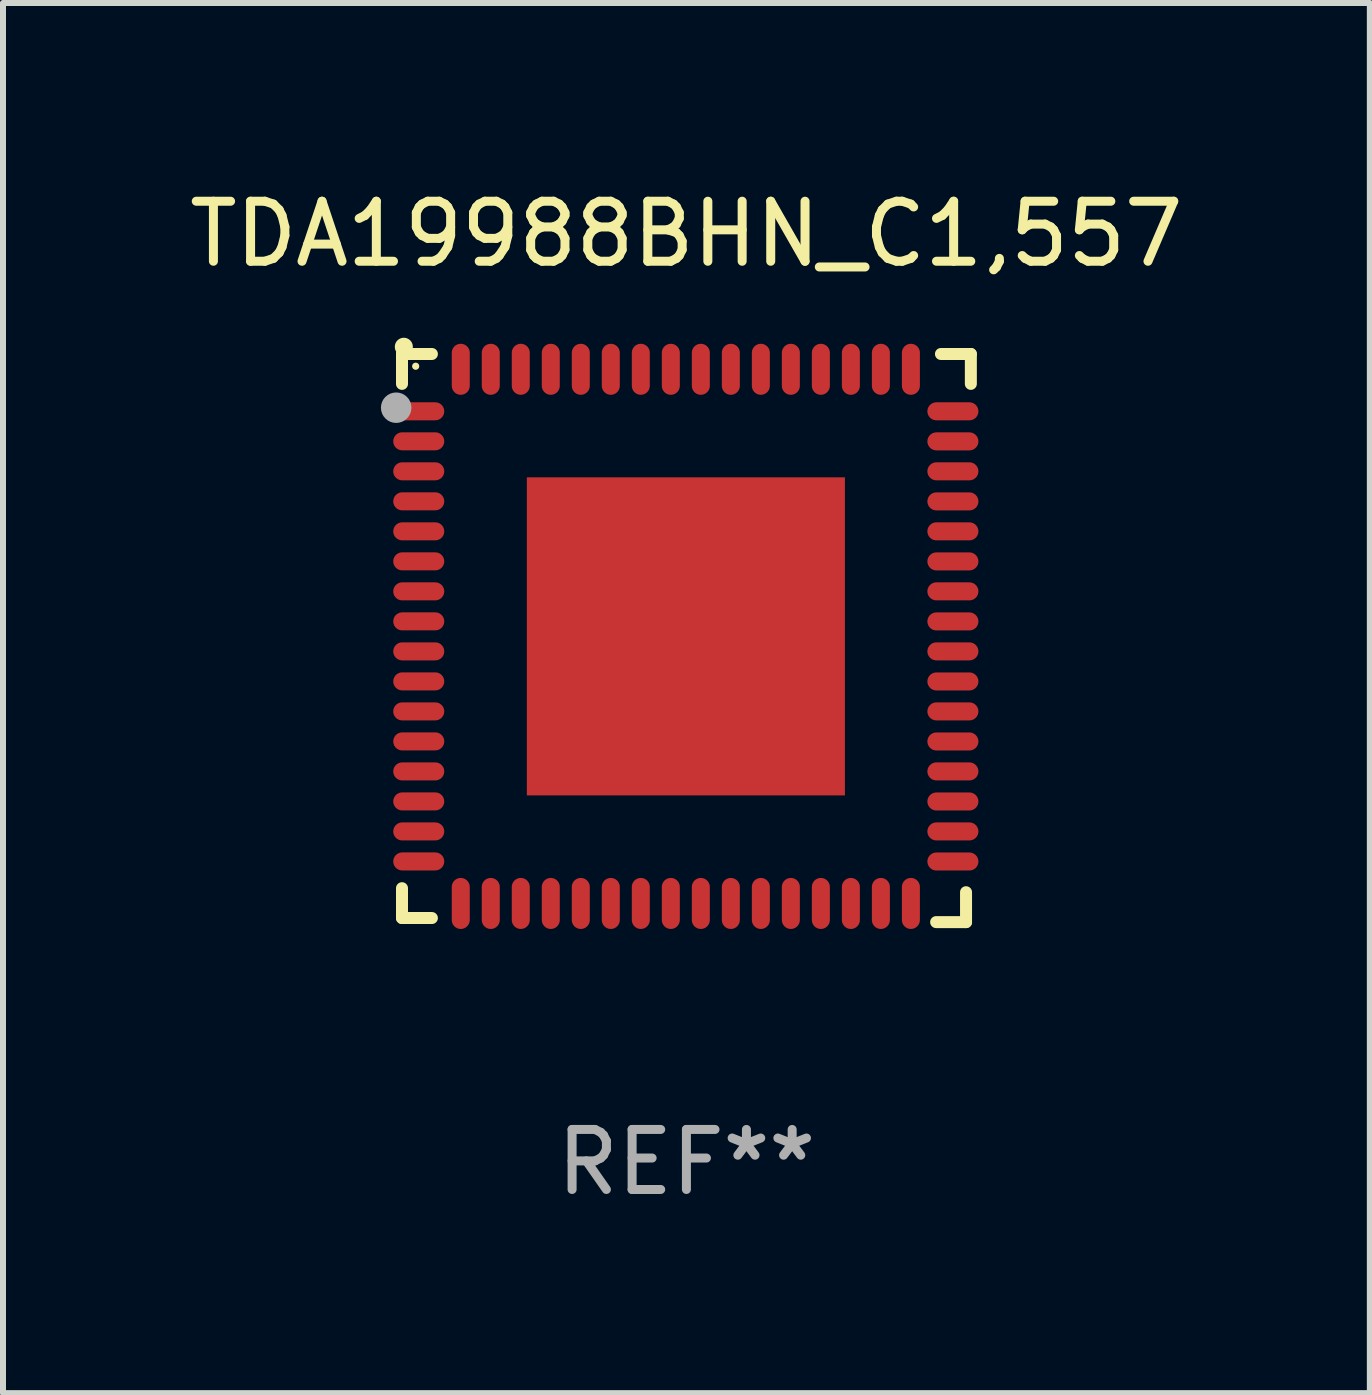
<source format=kicad_pcb>
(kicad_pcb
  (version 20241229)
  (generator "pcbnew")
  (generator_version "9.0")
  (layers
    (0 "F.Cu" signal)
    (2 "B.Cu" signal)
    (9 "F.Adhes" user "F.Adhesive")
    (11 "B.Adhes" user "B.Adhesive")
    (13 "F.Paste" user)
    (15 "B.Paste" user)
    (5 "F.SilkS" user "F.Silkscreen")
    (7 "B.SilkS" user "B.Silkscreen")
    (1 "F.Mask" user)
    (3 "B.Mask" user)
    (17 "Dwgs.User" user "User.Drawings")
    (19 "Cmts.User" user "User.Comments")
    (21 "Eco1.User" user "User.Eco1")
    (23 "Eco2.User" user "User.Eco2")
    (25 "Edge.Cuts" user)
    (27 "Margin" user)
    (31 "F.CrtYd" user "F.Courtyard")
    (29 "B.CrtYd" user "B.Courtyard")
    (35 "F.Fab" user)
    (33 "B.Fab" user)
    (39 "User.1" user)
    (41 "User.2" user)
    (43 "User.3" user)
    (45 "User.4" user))
  (footprint "TDA19988BHN_C1,557"
    (layer "F.Cu")
    (at 8.387 7.581)
    (property "Reference" "TDA19988BHN_C1,557" (at 0 -6.733 0) (layer "F.SilkS") (effects (font (size 1 1) (thickness 0.15))))
    (attr through_hole)
    (fp_line (start -4.739 -4.733) (end -4.241 -4.733) (stroke (width 0.2) (type solid)) (layer "F.SilkS"))
    (fp_line (start -4.739 -4.235) (end -4.739 -4.733) (stroke (width 0.2) (type solid)) (layer "F.SilkS"))
    (fp_line (start -4.739 4.168) (end -4.739 4.665) (stroke (width 0.2) (type solid)) (layer "F.SilkS"))
    (fp_line (start -4.739 4.665) (end -4.241 4.665) (stroke (width 0.2) (type solid)) (layer "F.SilkS"))
    (fp_line (start 4.161 4.733) (end 4.659 4.733) (stroke (width 0.2) (type solid)) (layer "F.SilkS"))
    (fp_line (start 4.241 -4.733) (end 4.739 -4.733) (stroke (width 0.2) (type solid)) (layer "F.SilkS"))
    (fp_line (start 4.659 4.733) (end 4.659 4.235) (stroke (width 0.2) (type solid)) (layer "F.SilkS"))
    (fp_line (start 4.739 -4.733) (end 4.739 -4.235) (stroke (width 0.2) (type solid)) (layer "F.SilkS"))
    (fp_arc (start -4.708623 -4.85108) (mid -4.708628 -4.85235) (end -4.708623 -4.85362) (stroke (width 0.3) (type solid)) (layer "F.SilkS"))
    (fp_circle (center -4.511 -4.529) (end -4.481 -4.529) (stroke (width 0.06) (type solid)) (fill no) (layer "F.SilkS"))
    (fp_circle (center -4.836 -3.838) (end -4.709 -3.838) (stroke (width 0.254) (type solid)) (fill no) (layer "F.Fab"))
    (fp_text user "REF**" (at 0 8.733 0) (layer "F.Fab") (effects (font (size 1 1) (thickness 0.15))))
    (pad "1" smd oval (at -4.46 -3.778) (size 0.85 0.3) (layers "F.Cu" "F.Mask" "F.Paste"))
    (pad "2" smd oval (at -4.46 -3.278) (size 0.85 0.3) (layers "F.Cu" "F.Mask" "F.Paste"))
    (pad "3" smd oval (at -4.46 -2.778) (size 0.85 0.3) (layers "F.Cu" "F.Mask" "F.Paste"))
    (pad "4" smd oval (at -4.46 -2.278) (size 0.85 0.3) (layers "F.Cu" "F.Mask" "F.Paste"))
    (pad "5" smd oval (at -4.46 -1.778) (size 0.85 0.3) (layers "F.Cu" "F.Mask" "F.Paste"))
    (pad "6" smd oval (at -4.46 -1.278) (size 0.85 0.3) (layers "F.Cu" "F.Mask" "F.Paste"))
    (pad "7" smd oval (at -4.46 -0.778) (size 0.85 0.3) (layers "F.Cu" "F.Mask" "F.Paste"))
    (pad "8" smd oval (at -4.46 -0.278) (size 0.85 0.3) (layers "F.Cu" "F.Mask" "F.Paste"))
    (pad "9" smd oval (at -4.46 0.222) (size 0.85 0.3) (layers "F.Cu" "F.Mask" "F.Paste"))
    (pad "10" smd oval (at -4.46 0.722) (size 0.85 0.3) (layers "F.Cu" "F.Mask" "F.Paste"))
    (pad "11" smd oval (at -4.46 1.222) (size 0.85 0.3) (layers "F.Cu" "F.Mask" "F.Paste"))
    (pad "12" smd oval (at -4.46 1.722) (size 0.85 0.3) (layers "F.Cu" "F.Mask" "F.Paste"))
    (pad "13" smd oval (at -4.46 2.222) (size 0.85 0.3) (layers "F.Cu" "F.Mask" "F.Paste"))
    (pad "14" smd oval (at -4.46 2.722) (size 0.85 0.3) (layers "F.Cu" "F.Mask" "F.Paste"))
    (pad "15" smd oval (at -4.46 3.222) (size 0.85 0.3) (layers "F.Cu" "F.Mask" "F.Paste"))
    (pad "16" smd oval (at -4.46 3.722) (size 0.85 0.3) (layers "F.Cu" "F.Mask" "F.Paste"))
    (pad "17" smd oval (at -3.76 4.422) (size 0.3 0.85) (layers "F.Cu" "F.Mask" "F.Paste"))
    (pad "18" smd oval (at -3.26 4.422) (size 0.3 0.85) (layers "F.Cu" "F.Mask" "F.Paste"))
    (pad "19" smd oval (at -2.76 4.422) (size 0.3 0.85) (layers "F.Cu" "F.Mask" "F.Paste"))
    (pad "20" smd oval (at -2.26 4.422) (size 0.3 0.85) (layers "F.Cu" "F.Mask" "F.Paste"))
    (pad "21" smd oval (at -1.76 4.422) (size 0.3 0.85) (layers "F.Cu" "F.Mask" "F.Paste"))
    (pad "22" smd oval (at -1.26 4.422) (size 0.3 0.85) (layers "F.Cu" "F.Mask" "F.Paste"))
    (pad "23" smd oval (at -0.76 4.422) (size 0.3 0.85) (layers "F.Cu" "F.Mask" "F.Paste"))
    (pad "24" smd oval (at -0.26 4.422) (size 0.3 0.85) (layers "F.Cu" "F.Mask" "F.Paste"))
    (pad "25" smd oval (at 0.24 4.422) (size 0.3 0.85) (layers "F.Cu" "F.Mask" "F.Paste"))
    (pad "26" smd oval (at 0.74 4.422) (size 0.3 0.85) (layers "F.Cu" "F.Mask" "F.Paste"))
    (pad "27" smd oval (at 1.24 4.422) (size 0.3 0.85) (layers "F.Cu" "F.Mask" "F.Paste"))
    (pad "28" smd oval (at 1.74 4.422) (size 0.3 0.85) (layers "F.Cu" "F.Mask" "F.Paste"))
    (pad "29" smd oval (at 2.24 4.422) (size 0.3 0.85) (layers "F.Cu" "F.Mask" "F.Paste"))
    (pad "30" smd oval (at 2.74 4.422) (size 0.3 0.85) (layers "F.Cu" "F.Mask" "F.Paste"))
    (pad "31" smd oval (at 3.24 4.422) (size 0.3 0.85) (layers "F.Cu" "F.Mask" "F.Paste"))
    (pad "32" smd oval (at 3.74 4.422) (size 0.3 0.85) (layers "F.Cu" "F.Mask" "F.Paste"))
    (pad "33" smd oval (at 4.44 3.723) (size 0.85 0.3) (layers "F.Cu" "F.Mask" "F.Paste"))
    (pad "34" smd oval (at 4.44 3.222) (size 0.85 0.3) (layers "F.Cu" "F.Mask" "F.Paste"))
    (pad "35" smd oval (at 4.44 2.723) (size 0.85 0.3) (layers "F.Cu" "F.Mask" "F.Paste"))
    (pad "36" smd oval (at 4.44 2.222) (size 0.85 0.3) (layers "F.Cu" "F.Mask" "F.Paste"))
    (pad "37" smd oval (at 4.44 1.723) (size 0.85 0.3) (layers "F.Cu" "F.Mask" "F.Paste"))
    (pad "38" smd oval (at 4.44 1.222) (size 0.85 0.3) (layers "F.Cu" "F.Mask" "F.Paste"))
    (pad "39" smd oval (at 4.44 0.723) (size 0.85 0.3) (layers "F.Cu" "F.Mask" "F.Paste"))
    (pad "40" smd oval (at 4.44 0.222) (size 0.85 0.3) (layers "F.Cu" "F.Mask" "F.Paste"))
    (pad "41" smd oval (at 4.44 -0.277) (size 0.85 0.3) (layers "F.Cu" "F.Mask" "F.Paste"))
    (pad "42" smd oval (at 4.44 -0.778) (size 0.85 0.3) (layers "F.Cu" "F.Mask" "F.Paste"))
    (pad "43" smd oval (at 4.44 -1.277) (size 0.85 0.3) (layers "F.Cu" "F.Mask" "F.Paste"))
    (pad "44" smd oval (at 4.44 -1.778) (size 0.85 0.3) (layers "F.Cu" "F.Mask" "F.Paste"))
    (pad "45" smd oval (at 4.44 -2.277) (size 0.85 0.3) (layers "F.Cu" "F.Mask" "F.Paste"))
    (pad "46" smd oval (at 4.44 -2.778) (size 0.85 0.3) (layers "F.Cu" "F.Mask" "F.Paste"))
    (pad "47" smd oval (at 4.44 -3.277) (size 0.85 0.3) (layers "F.Cu" "F.Mask" "F.Paste"))
    (pad "48" smd oval (at 4.44 -3.778) (size 0.85 0.3) (layers "F.Cu" "F.Mask" "F.Paste"))
    (pad "49" smd oval (at 3.74 -4.478) (size 0.3 0.85) (layers "F.Cu" "F.Mask" "F.Paste"))
    (pad "50" smd oval (at 3.24 -4.478) (size 0.3 0.85) (layers "F.Cu" "F.Mask" "F.Paste"))
    (pad "51" smd oval (at 2.74 -4.478) (size 0.3 0.85) (layers "F.Cu" "F.Mask" "F.Paste"))
    (pad "52" smd oval (at 2.24 -4.478) (size 0.3 0.85) (layers "F.Cu" "F.Mask" "F.Paste"))
    (pad "53" smd oval (at 1.74 -4.478) (size 0.3 0.85) (layers "F.Cu" "F.Mask" "F.Paste"))
    (pad "54" smd oval (at 1.24 -4.478) (size 0.3 0.85) (layers "F.Cu" "F.Mask" "F.Paste"))
    (pad "55" smd oval (at 0.74 -4.478) (size 0.3 0.85) (layers "F.Cu" "F.Mask" "F.Paste"))
    (pad "56" smd oval (at 0.24 -4.478) (size 0.3 0.85) (layers "F.Cu" "F.Mask" "F.Paste"))
    (pad "57" smd oval (at -0.26 -4.478) (size 0.3 0.85) (layers "F.Cu" "F.Mask" "F.Paste"))
    (pad "58" smd oval (at -0.76 -4.478) (size 0.3 0.85) (layers "F.Cu" "F.Mask" "F.Paste"))
    (pad "59" smd oval (at -1.26 -4.478) (size 0.3 0.85) (layers "F.Cu" "F.Mask" "F.Paste"))
    (pad "60" smd oval (at -1.76 -4.478) (size 0.3 0.85) (layers "F.Cu" "F.Mask" "F.Paste"))
    (pad "61" smd oval (at -2.26 -4.478) (size 0.3 0.85) (layers "F.Cu" "F.Mask" "F.Paste"))
    (pad "62" smd oval (at -2.76 -4.478) (size 0.3 0.85) (layers "F.Cu" "F.Mask" "F.Paste"))
    (pad "63" smd oval (at -3.26 -4.478) (size 0.3 0.85) (layers "F.Cu" "F.Mask" "F.Paste"))
    (pad "64" smd oval (at -3.76 -4.478) (size 0.3 0.85) (layers "F.Cu" "F.Mask" "F.Paste"))
    (pad "65" smd rect (at -0.009 -0.028 90) (size 5.3 5.3) (layers "F.Cu" "F.Mask" "F.Paste")))
  (gr_rect
    (start -3 -3)
    (end 19.774 20.162)
    (stroke (width 0.1) (type default))
    (fill no)
    (layer "Edge.Cuts")))
</source>
